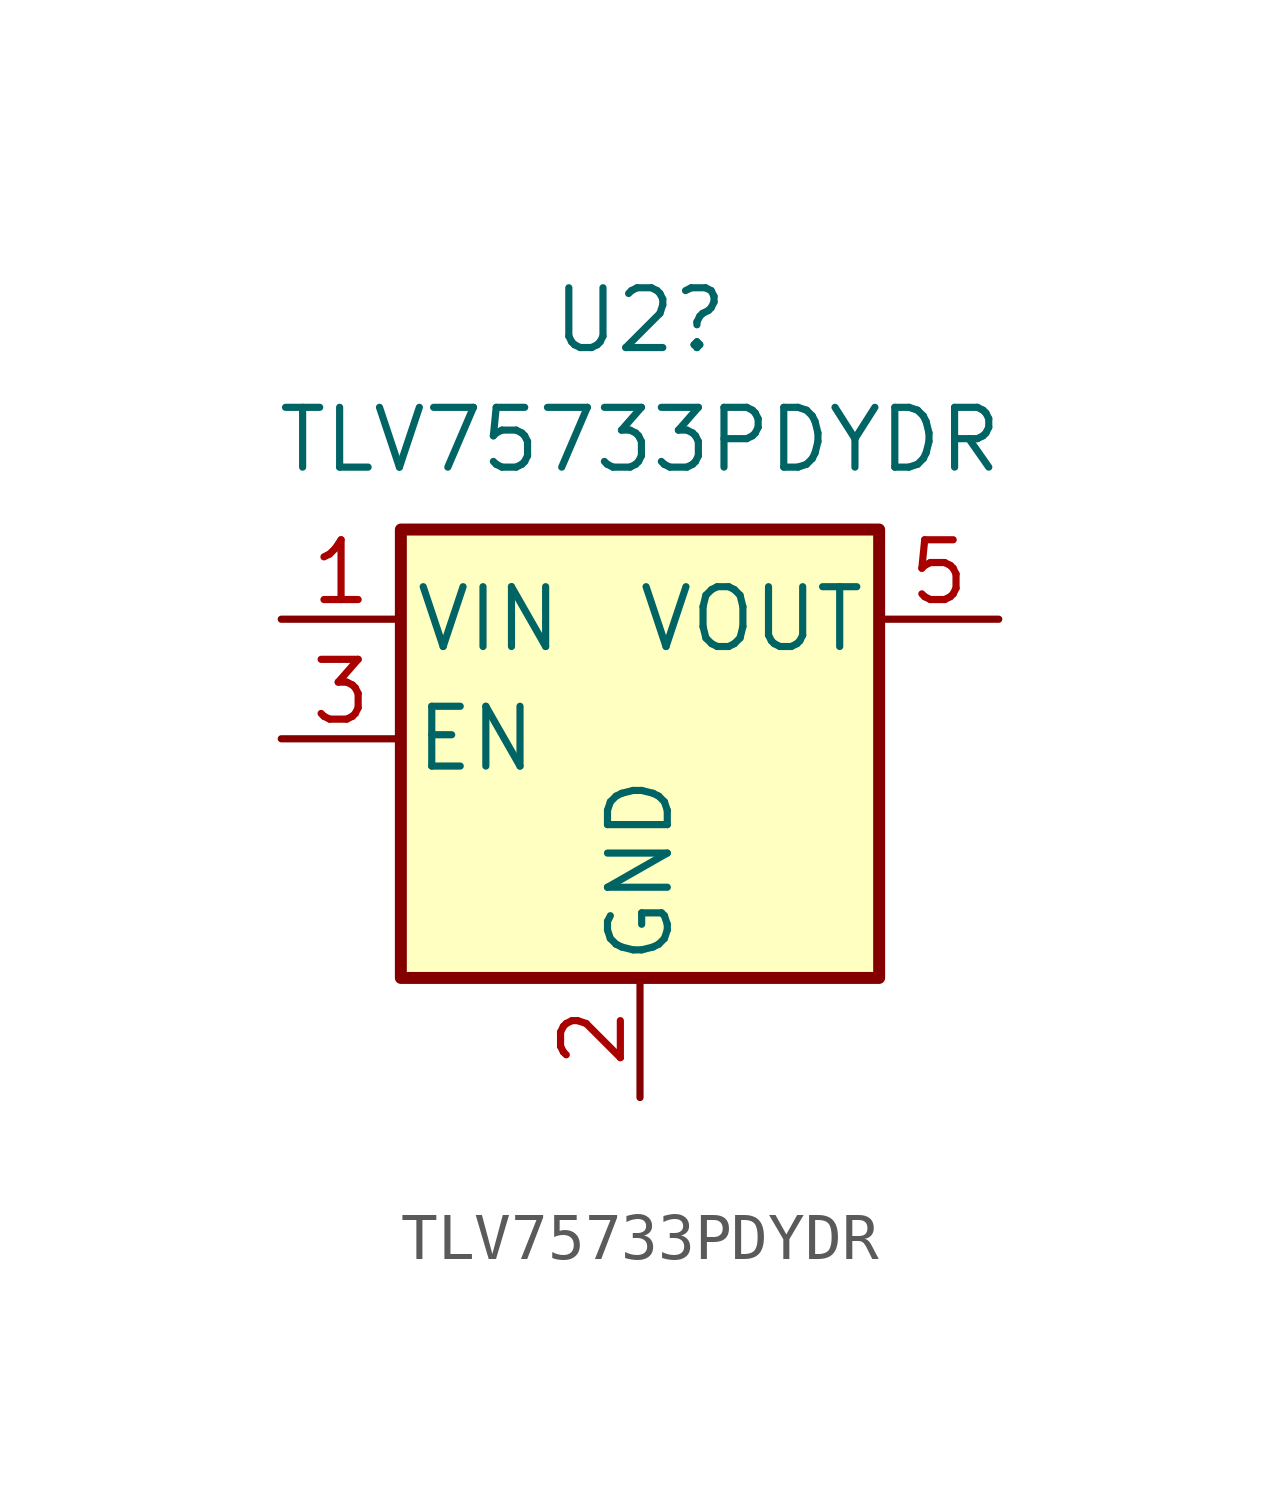
<source format=kicad_sym>
(kicad_symbol_lib
  (version 20241209)
  (generator "kicad_symbol_editor")
  (generator_version "9.0")
  (symbol "TLV75733PDYDR"
    (pin_names
      (offset 0.254))
    (property "Reference" "U2"
      (at 0 8.89 0)
      (effects (font (size 1.27 1.27))))
    (property "Value" "TLV75733PDYDR"
      (at 0 6.35 0)
      (effects (font (size 1.27 1.27))))
    (symbol "TLV75733PDYDR_0_1"
      (rectangle (start -5.08 4.445) (end 5.08 -5.08) (stroke (width 0.254) (type default)) (fill (type background))))
    (symbol "TLV75733PDYDR_1_1"
      (pin power_in line (at -7.62 2.54 0) (length 2.54) (name "VIN" (effects (font (size 1.27 1.27)))) (number "1" (effects (font (size 1.27 1.27)))))
      (pin input line (at -7.62 0 0) (length 2.54) (name "EN" (effects (font (size 1.27 1.27)))) (number "3" (effects (font (size 1.27 1.27)))))
      (pin power_in line (at 0 -7.62 90) (length 2.54) (name "GND" (effects (font (size 1.27 1.27)))) (number "2" (effects (font (size 1.27 1.27)))))
      (pin no_connect line (at 5.08 0 180) (length 2.54) (hide yes) (name "NC" (effects (font (size 1.27 1.27)))) (number "4" (effects (font (size 1.27 1.27)))))
      (pin power_out line (at 7.62 2.54 180) (length 2.54) (name "VOUT" (effects (font (size 1.27 1.27)))) (number "5" (effects (font (size 1.27 1.27))))))))
</source>
